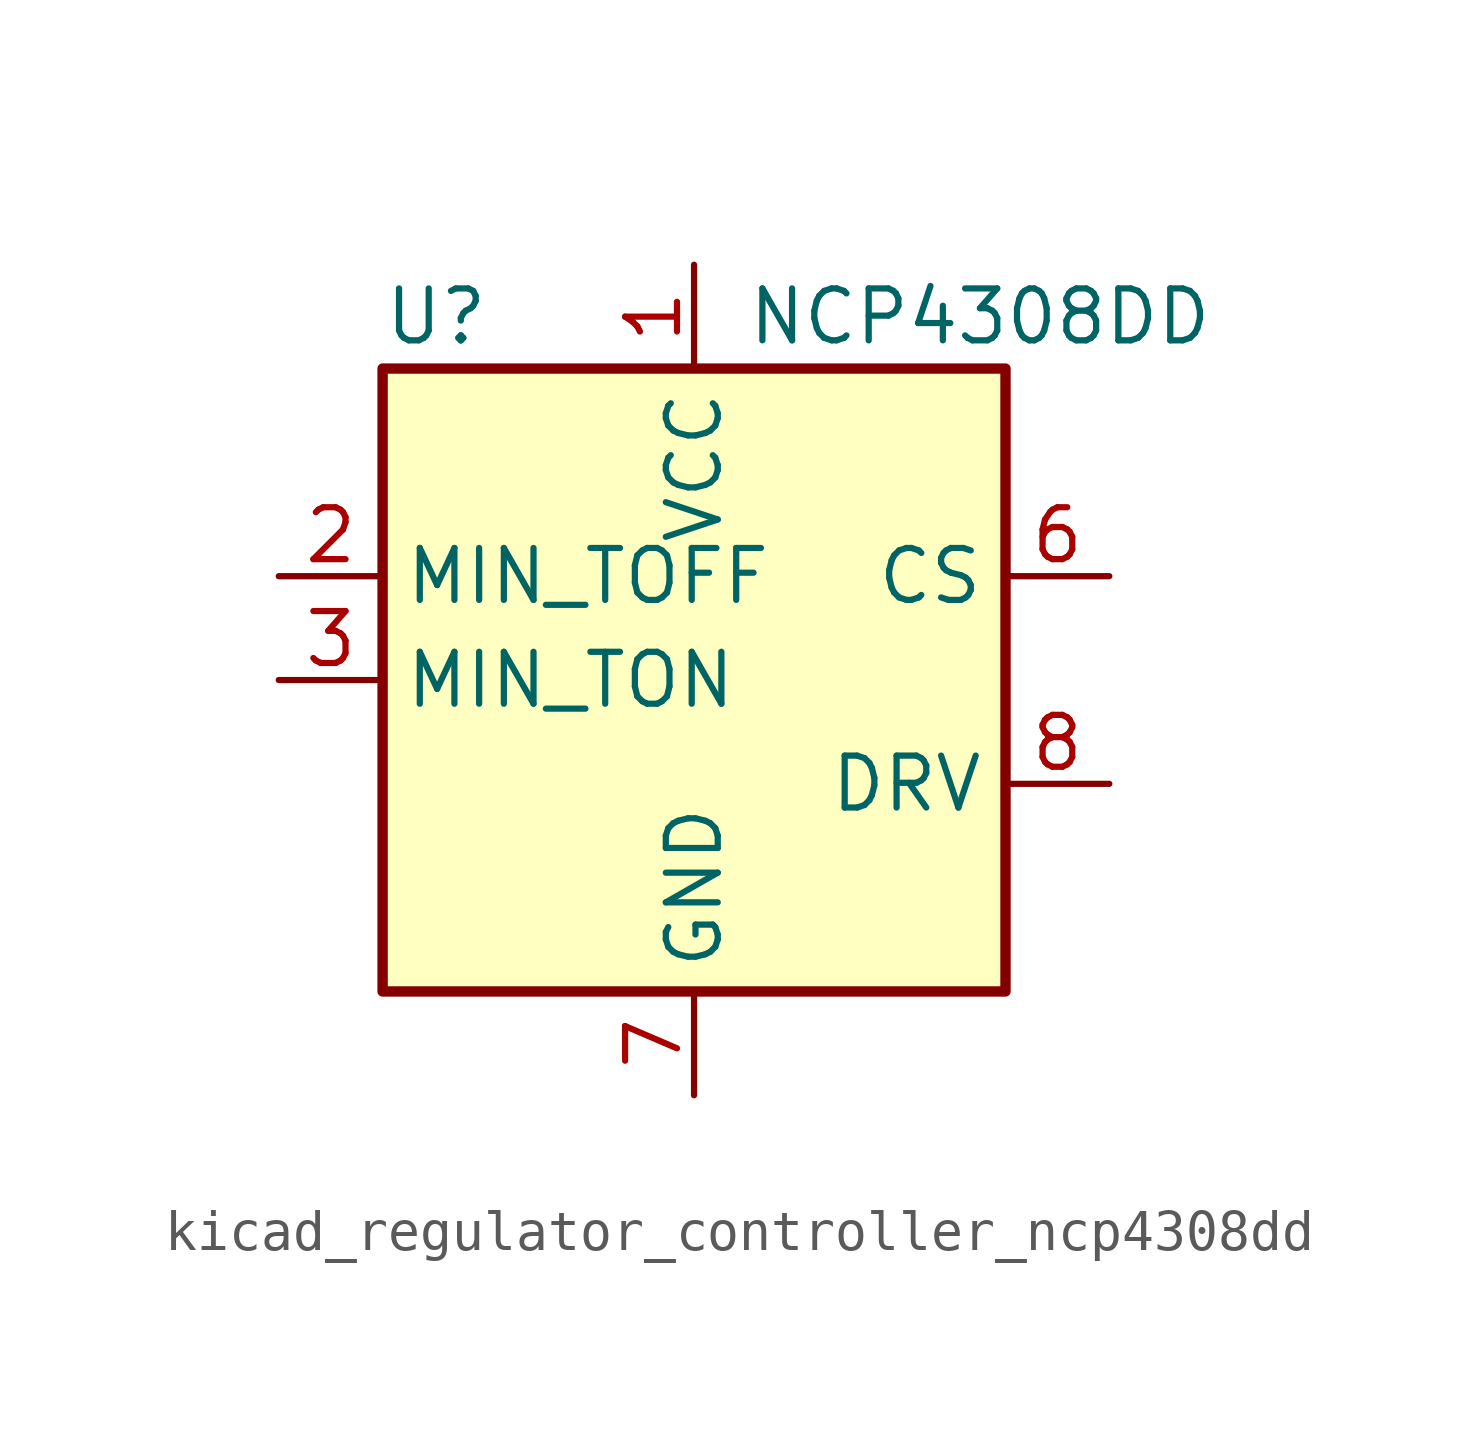
<source format=kicad_sym>
(kicad_symbol_lib
  (version 20220914)
  (generator kicad_symbol_editor)
  (symbol "kicad_regulator_controller_ncp4308dd"
    (property "Reference" "U"
      (at -7.62 8.89 0)
      (effects (font (size 1.27 1.27)) (justify left)))
    (property "Value" "NCP4308DD"
      (at 1.27 8.89 0)
      (effects (font (size 1.27 1.27)) (justify left)))
    (symbol "kicad_regulator_controller_ncp4308dd_0_1"
      (rectangle (start -7.62 7.62) (end 7.62 -7.62) (stroke (width 0.254) (type default)) (fill (type background))))
    (symbol "kicad_regulator_controller_ncp4308dd_1_1"
      (pin power_in line (at 0 10.16 270) (length 2.54) (name "VCC" (effects (font (size 1.27 1.27)))) (number "1" (effects (font (size 1.27 1.27)))))
      (pin passive line (at -10.16 2.54 0) (length 2.54) (name "MIN_TOFF" (effects (font (size 1.27 1.27)))) (number "2" (effects (font (size 1.27 1.27)))))
      (pin passive line (at -10.16 0 0) (length 2.54) (name "MIN_TON" (effects (font (size 1.27 1.27)))) (number "3" (effects (font (size 1.27 1.27)))))
      (pin no_connect line (at 7.62 -5.08 180) (length 2.54) hide (name "NC" (effects (font (size 1.27 1.27)))) (number "4" (effects (font (size 1.27 1.27)))))
      (pin no_connect line (at 7.62 -7.62 180) (length 2.54) hide (name "NC" (effects (font (size 1.27 1.27)))) (number "5" (effects (font (size 1.27 1.27)))))
      (pin input line (at 10.16 2.54 180) (length 2.54) (name "CS" (effects (font (size 1.27 1.27)))) (number "6" (effects (font (size 1.27 1.27)))))
      (pin power_in line (at 0 -10.16 90) (length 2.54) (name "GND" (effects (font (size 1.27 1.27)))) (number "7" (effects (font (size 1.27 1.27)))))
      (pin output line (at 10.16 -2.54 180) (length 2.54) (name "DRV" (effects (font (size 1.27 1.27)))) (number "8" (effects (font (size 1.27 1.27))))))))
</source>
